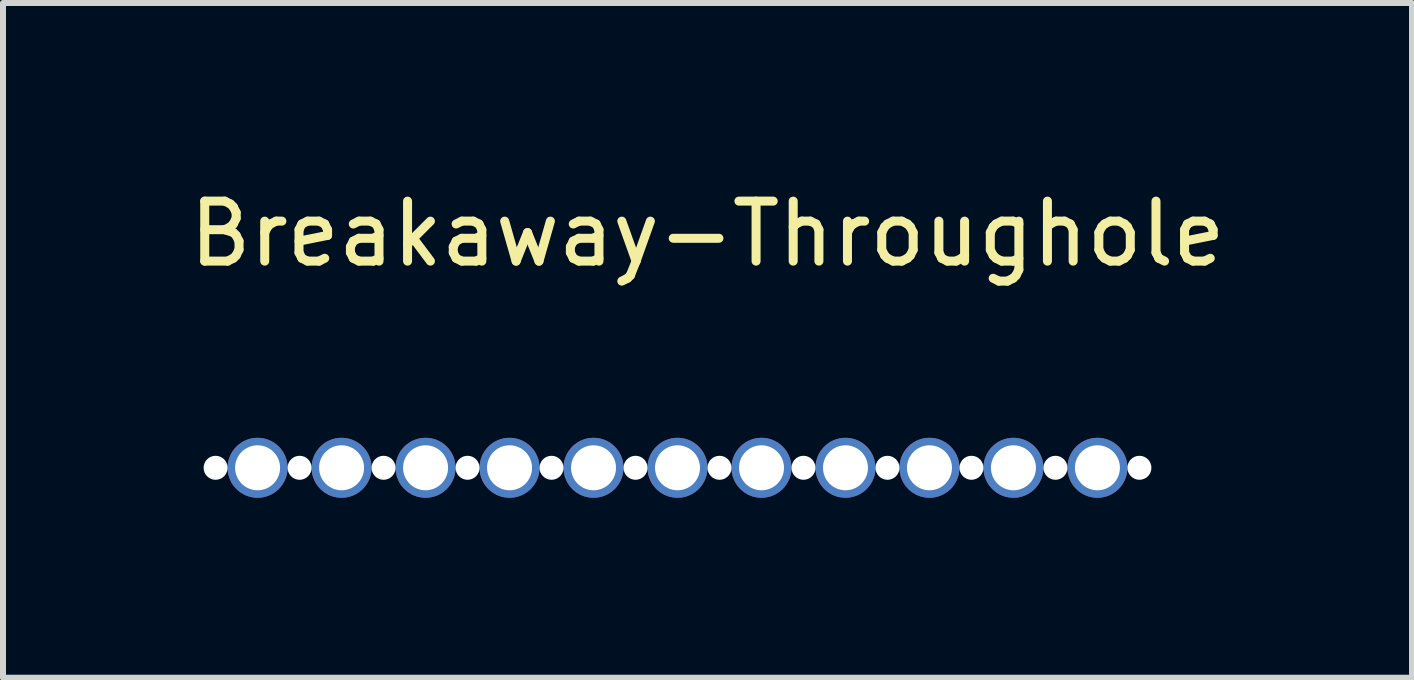
<source format=kicad_pcb>
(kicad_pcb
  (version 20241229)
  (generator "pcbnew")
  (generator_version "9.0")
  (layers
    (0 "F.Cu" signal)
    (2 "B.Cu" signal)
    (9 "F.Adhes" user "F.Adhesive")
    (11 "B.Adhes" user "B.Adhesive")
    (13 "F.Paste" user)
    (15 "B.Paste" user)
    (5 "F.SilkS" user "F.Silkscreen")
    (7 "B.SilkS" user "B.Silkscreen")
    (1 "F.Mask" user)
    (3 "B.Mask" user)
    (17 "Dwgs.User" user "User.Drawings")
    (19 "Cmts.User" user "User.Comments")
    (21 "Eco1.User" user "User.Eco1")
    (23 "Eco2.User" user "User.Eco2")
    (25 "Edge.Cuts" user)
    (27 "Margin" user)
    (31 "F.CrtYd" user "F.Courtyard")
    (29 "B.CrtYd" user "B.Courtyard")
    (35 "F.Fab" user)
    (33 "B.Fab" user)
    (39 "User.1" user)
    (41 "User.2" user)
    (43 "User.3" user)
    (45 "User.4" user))
  (footprint "Breakaway-Throughole"
    (layer "F.Cu")
    (at 8.144 4.748)
    (property "Reference" "Breakaway-Throughole" (at 0.6 -3.9 0) (layer "F.SilkS") (effects (font (size 1 1) (thickness 0.15))))
    (attr through_hole)
    (pad "" np_thru_hole circle (at -7.6 0) (size 0.4 0.4) (drill 0.4) (layers "*.Cu" "*.Mask"))
    (pad "" np_thru_hole circle (at -6.2 0) (size 0.4 0.4) (drill 0.4) (layers "*.Cu" "*.Mask"))
    (pad "" np_thru_hole circle (at -4.8 0) (size 0.4 0.4) (drill 0.4) (layers "*.Cu" "*.Mask"))
    (pad "" np_thru_hole circle (at -3.4 0) (size 0.4 0.4) (drill 0.4) (layers "*.Cu" "*.Mask"))
    (pad "" np_thru_hole circle (at -2 0) (size 0.4 0.4) (drill 0.4) (layers "*.Cu" "*.Mask"))
    (pad "" np_thru_hole circle (at -0.6 0) (size 0.4 0.4) (drill 0.4) (layers "*.Cu" "*.Mask"))
    (pad "" np_thru_hole circle (at 0.8 0) (size 0.4 0.4) (drill 0.4) (layers "*.Cu" "*.Mask"))
    (pad "" np_thru_hole circle (at 2.2 0) (size 0.4 0.4) (drill 0.4) (layers "*.Cu" "*.Mask"))
    (pad "" np_thru_hole circle (at 3.6 0) (size 0.4 0.4) (drill 0.4) (layers "*.Cu" "*.Mask"))
    (pad "" np_thru_hole circle (at 5 0) (size 0.4 0.4) (drill 0.4) (layers "*.Cu" "*.Mask"))
    (pad "" np_thru_hole circle (at 6.4 0) (size 0.4 0.4) (drill 0.4) (layers "*.Cu" "*.Mask"))
    (pad "" np_thru_hole circle (at 7.8 0) (size 0.4 0.4) (drill 0.4) (layers "*.Cu" "*.Mask"))
    (pad "1" thru_hole circle (at -6.9 0) (size 1 1) (drill 0.75) (layers "*.Cu" "*.Mask"))
    (pad "1" thru_hole circle (at -5.5 0) (size 1 1) (drill 0.75) (layers "*.Cu" "*.Mask"))
    (pad "1" thru_hole circle (at -1.3 0) (size 1 1) (drill 0.75) (layers "*.Cu" "*.Mask"))
    (pad "1" thru_hole circle (at 1.5 0) (size 1 1) (drill 0.75) (layers "*.Cu" "*.Mask"))
    (pad "1" thru_hole circle (at 2.9 0) (size 1 1) (drill 0.75) (layers "*.Cu" "*.Mask"))
    (pad "1" thru_hole circle (at 4.3 0) (size 1 1) (drill 0.75) (layers "*.Cu" "*.Mask"))
    (pad "1" thru_hole circle (at 5.7 0) (size 1 1) (drill 0.75) (layers "*.Cu" "*.Mask"))
    (pad "1" thru_hole circle (at 7.1 0) (size 1 1) (drill 0.75) (layers "*.Cu" "*.Mask"))
    (pad "2" thru_hole circle (at -2.7 0) (size 1 1) (drill 0.75) (layers "*.Cu" "*.Mask"))
    (pad "3" thru_hole circle (at -4.1 0) (size 1 1) (drill 0.75) (layers "*.Cu" "*.Mask"))
    (pad "4" thru_hole circle (at 0.1 0) (size 1 1) (drill 0.75) (layers "*.Cu" "*.Mask")))
  (gr_rect
    (start -3 -3)
    (end 20.488 8.248)
    (stroke (width 0.1) (type default))
    (fill no)
    (layer "Edge.Cuts")))
</source>
